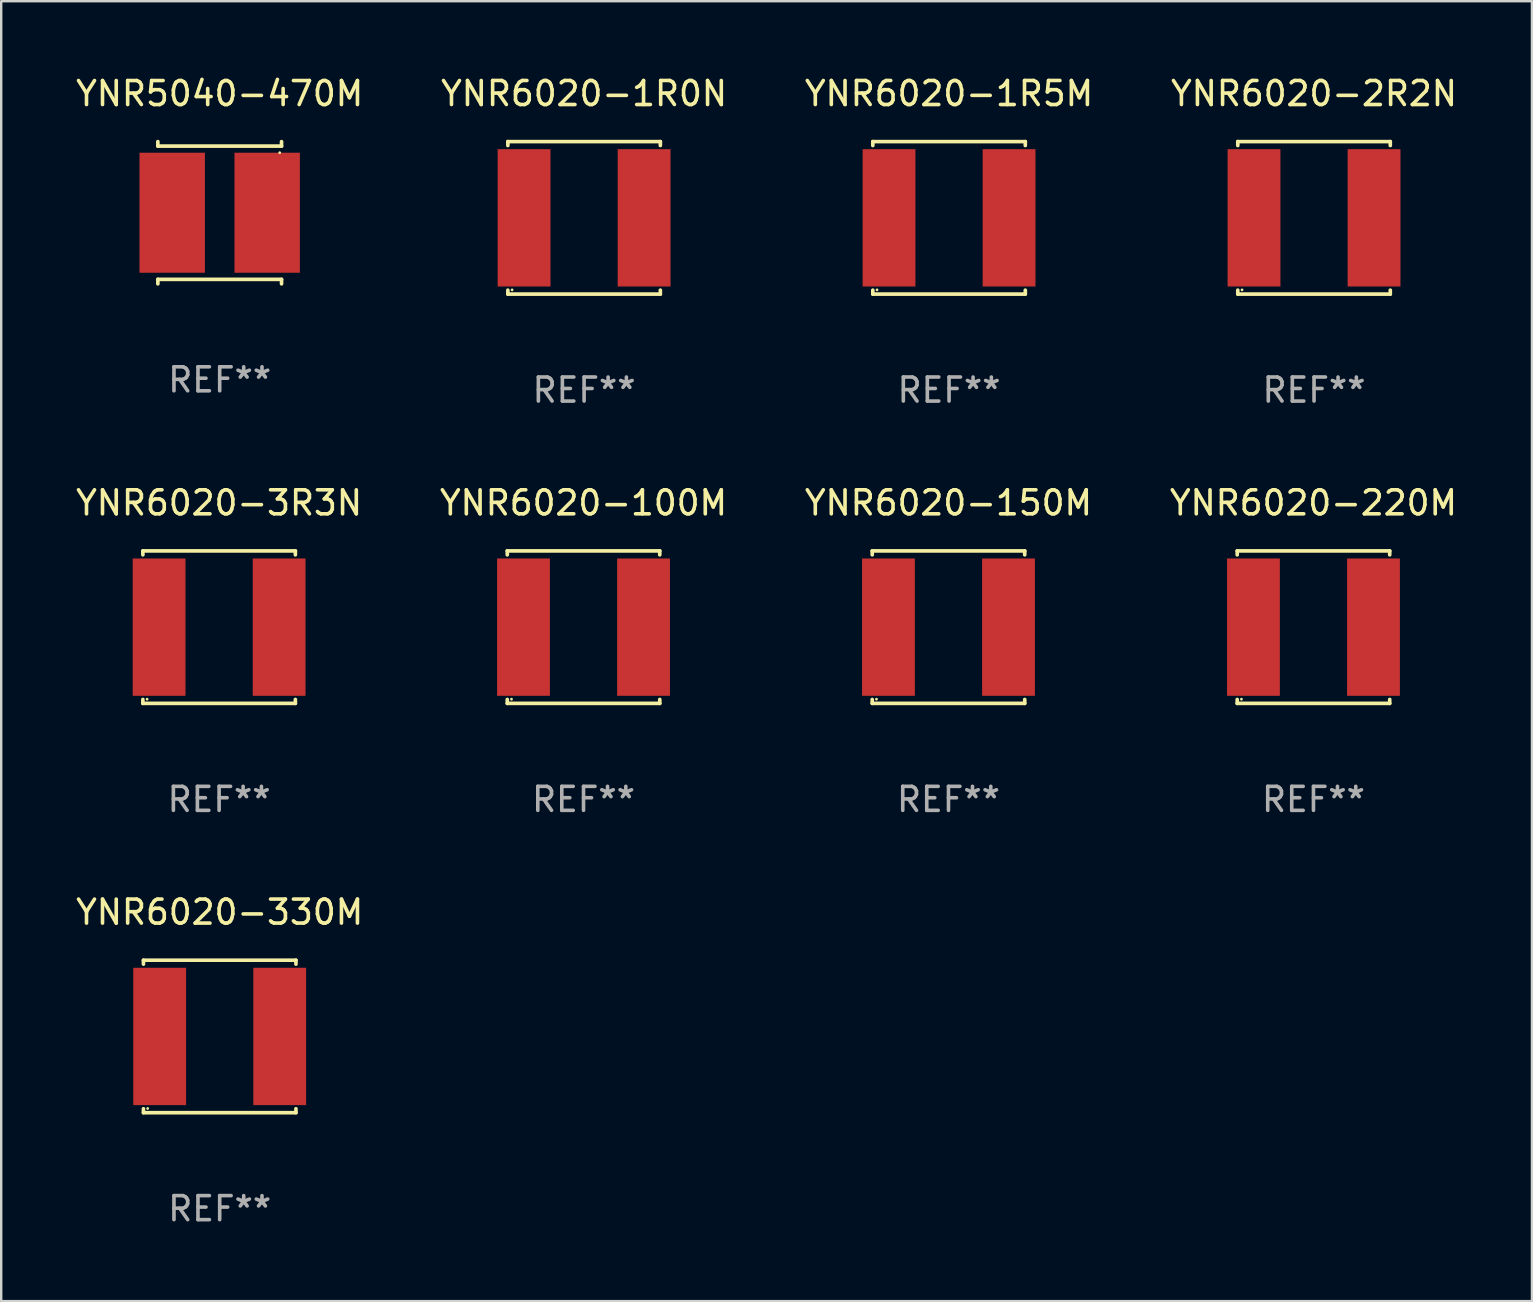
<source format=kicad_pcb>
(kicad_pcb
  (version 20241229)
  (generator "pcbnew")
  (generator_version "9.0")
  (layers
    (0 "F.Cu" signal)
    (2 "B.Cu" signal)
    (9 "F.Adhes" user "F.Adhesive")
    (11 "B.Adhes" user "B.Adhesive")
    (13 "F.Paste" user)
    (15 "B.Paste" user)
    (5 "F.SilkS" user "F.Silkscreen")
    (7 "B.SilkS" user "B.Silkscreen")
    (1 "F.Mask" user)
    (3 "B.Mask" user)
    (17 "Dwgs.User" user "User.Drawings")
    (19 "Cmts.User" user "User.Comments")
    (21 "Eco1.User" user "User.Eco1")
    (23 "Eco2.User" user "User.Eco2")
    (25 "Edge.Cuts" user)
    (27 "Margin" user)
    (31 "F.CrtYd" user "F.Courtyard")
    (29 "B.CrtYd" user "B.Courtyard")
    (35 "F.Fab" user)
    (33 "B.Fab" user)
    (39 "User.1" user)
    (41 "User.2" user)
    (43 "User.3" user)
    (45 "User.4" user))
  (footprint "YNR6020-3R3N"
    (layer "F.Cu")
    (at 6.077 23.073)
    (property "Reference" "YNR6020-3R3N" (at 0 -5.176 0) (layer "F.SilkS") (effects (font (size 1 1) (thickness 0.15))))
    (attr through_hole)
    (fp_line (start -3.176 -3.176) (end 3.176 -3.176) (stroke (width 0.152) (type solid)) (layer "F.SilkS"))
    (fp_line (start -3.176 -3.012) (end -3.176 -3.176) (stroke (width 0.152) (type solid)) (layer "F.SilkS"))
    (fp_line (start -3.176 3.012) (end -3.176 3.176) (stroke (width 0.152) (type solid)) (layer "F.SilkS"))
    (fp_line (start -3.176 3.176) (end 3.176 3.176) (stroke (width 0.152) (type solid)) (layer "F.SilkS"))
    (fp_line (start 3.176 -3.176) (end 3.176 -3.012) (stroke (width 0.152) (type solid)) (layer "F.SilkS"))
    (fp_line (start 3.176 3.176) (end 3.176 3.012) (stroke (width 0.152) (type solid)) (layer "F.SilkS"))
    (fp_circle (center -3 3) (end -2.97 3) (stroke (width 0.06) (type solid)) (fill no) (layer "F.SilkS"))
    (fp_text user "REF**" (at 0 7.176 0) (layer "F.Fab") (effects (font (size 1 1) (thickness 0.15))))
    (pad "1" smd rect (at -2.5 0) (size 2.2 5.72) (layers "F.Cu" "F.Mask" "F.Paste"))
    (pad "2" smd rect (at 2.5 0) (size 2.2 5.72) (layers "F.Cu" "F.Mask" "F.Paste")))
  (footprint "YNR6020-220M"
    (layer "F.Cu")
    (at 51.661 23.073)
    (property "Reference" "YNR6020-220M" (at 0 -5.176 0) (layer "F.SilkS") (effects (font (size 1 1) (thickness 0.15))))
    (attr through_hole)
    (fp_line (start -3.176 -3.176) (end 3.176 -3.176) (stroke (width 0.152) (type solid)) (layer "F.SilkS"))
    (fp_line (start -3.176 -3.012) (end -3.176 -3.176) (stroke (width 0.152) (type solid)) (layer "F.SilkS"))
    (fp_line (start -3.176 3.012) (end -3.176 3.176) (stroke (width 0.152) (type solid)) (layer "F.SilkS"))
    (fp_line (start -3.176 3.176) (end 3.176 3.176) (stroke (width 0.152) (type solid)) (layer "F.SilkS"))
    (fp_line (start 3.176 -3.176) (end 3.176 -3.012) (stroke (width 0.152) (type solid)) (layer "F.SilkS"))
    (fp_line (start 3.176 3.176) (end 3.176 3.012) (stroke (width 0.152) (type solid)) (layer "F.SilkS"))
    (fp_circle (center -3 3) (end -2.97 3) (stroke (width 0.06) (type solid)) (fill no) (layer "F.SilkS"))
    (fp_text user "REF**" (at 0 7.176 0) (layer "F.Fab") (effects (font (size 1 1) (thickness 0.15))))
    (pad "1" smd rect (at -2.5 0) (size 2.2 5.72) (layers "F.Cu" "F.Mask" "F.Paste"))
    (pad "2" smd rect (at 2.5 0) (size 2.2 5.72) (layers "F.Cu" "F.Mask" "F.Paste")))
  (footprint "YNR6020-150M"
    (layer "F.Cu")
    (at 36.458 23.073)
    (property "Reference" "YNR6020-150M" (at 0 -5.176 0) (layer "F.SilkS") (effects (font (size 1 1) (thickness 0.15))))
    (attr through_hole)
    (fp_line (start -3.176 -3.176) (end 3.176 -3.176) (stroke (width 0.152) (type solid)) (layer "F.SilkS"))
    (fp_line (start -3.176 -3.012) (end -3.176 -3.176) (stroke (width 0.152) (type solid)) (layer "F.SilkS"))
    (fp_line (start -3.176 3.012) (end -3.176 3.176) (stroke (width 0.152) (type solid)) (layer "F.SilkS"))
    (fp_line (start -3.176 3.176) (end 3.176 3.176) (stroke (width 0.152) (type solid)) (layer "F.SilkS"))
    (fp_line (start 3.176 -3.176) (end 3.176 -3.012) (stroke (width 0.152) (type solid)) (layer "F.SilkS"))
    (fp_line (start 3.176 3.176) (end 3.176 3.012) (stroke (width 0.152) (type solid)) (layer "F.SilkS"))
    (fp_circle (center -3 3) (end -2.97 3) (stroke (width 0.06) (type solid)) (fill no) (layer "F.SilkS"))
    (fp_text user "REF**" (at 0 7.176 0) (layer "F.Fab") (effects (font (size 1 1) (thickness 0.15))))
    (pad "1" smd rect (at -2.5 0) (size 2.2 5.72) (layers "F.Cu" "F.Mask" "F.Paste"))
    (pad "2" smd rect (at 2.5 0) (size 2.2 5.72) (layers "F.Cu" "F.Mask" "F.Paste")))
  (footprint "YNR6020-100M"
    (layer "F.Cu")
    (at 21.256 23.073)
    (property "Reference" "YNR6020-100M" (at 0 -5.176 0) (layer "F.SilkS") (effects (font (size 1 1) (thickness 0.15))))
    (attr through_hole)
    (fp_line (start -3.176 -3.176) (end 3.176 -3.176) (stroke (width 0.152) (type solid)) (layer "F.SilkS"))
    (fp_line (start -3.176 -3.012) (end -3.176 -3.176) (stroke (width 0.152) (type solid)) (layer "F.SilkS"))
    (fp_line (start -3.176 3.012) (end -3.176 3.176) (stroke (width 0.152) (type solid)) (layer "F.SilkS"))
    (fp_line (start -3.176 3.176) (end 3.176 3.176) (stroke (width 0.152) (type solid)) (layer "F.SilkS"))
    (fp_line (start 3.176 -3.176) (end 3.176 -3.012) (stroke (width 0.152) (type solid)) (layer "F.SilkS"))
    (fp_line (start 3.176 3.176) (end 3.176 3.012) (stroke (width 0.152) (type solid)) (layer "F.SilkS"))
    (fp_circle (center -3 3) (end -2.97 3) (stroke (width 0.06) (type solid)) (fill no) (layer "F.SilkS"))
    (fp_text user "REF**" (at 0 7.176 0) (layer "F.Fab") (effects (font (size 1 1) (thickness 0.15))))
    (pad "1" smd rect (at -2.5 0) (size 2.2 5.72) (layers "F.Cu" "F.Mask" "F.Paste"))
    (pad "2" smd rect (at 2.5 0) (size 2.2 5.72) (layers "F.Cu" "F.Mask" "F.Paste")))
  (footprint "YNR6020-1R0N"
    (layer "F.Cu")
    (at 21.28 6.024)
    (property "Reference" "YNR6020-1R0N" (at 0 -5.176 0) (layer "F.SilkS") (effects (font (size 1 1) (thickness 0.15))))
    (attr through_hole)
    (fp_line (start -3.176 -3.176) (end 3.176 -3.176) (stroke (width 0.152) (type solid)) (layer "F.SilkS"))
    (fp_line (start -3.176 -3.012) (end -3.176 -3.176) (stroke (width 0.152) (type solid)) (layer "F.SilkS"))
    (fp_line (start -3.176 3.012) (end -3.176 3.176) (stroke (width 0.152) (type solid)) (layer "F.SilkS"))
    (fp_line (start -3.176 3.176) (end 3.176 3.176) (stroke (width 0.152) (type solid)) (layer "F.SilkS"))
    (fp_line (start 3.176 -3.176) (end 3.176 -3.012) (stroke (width 0.152) (type solid)) (layer "F.SilkS"))
    (fp_line (start 3.176 3.176) (end 3.176 3.012) (stroke (width 0.152) (type solid)) (layer "F.SilkS"))
    (fp_circle (center -3 3) (end -2.97 3) (stroke (width 0.06) (type solid)) (fill no) (layer "F.SilkS"))
    (fp_text user "REF**" (at 0 7.176 0) (layer "F.Fab") (effects (font (size 1 1) (thickness 0.15))))
    (pad "1" smd rect (at -2.5 0) (size 2.2 5.72) (layers "F.Cu" "F.Mask" "F.Paste"))
    (pad "2" smd rect (at 2.5 0) (size 2.2 5.72) (layers "F.Cu" "F.Mask" "F.Paste")))
  (footprint "YNR6020-330M"
    (layer "F.Cu")
    (at 6.101 40.122)
    (property "Reference" "YNR6020-330M" (at 0 -5.176 0) (layer "F.SilkS") (effects (font (size 1 1) (thickness 0.15))))
    (attr through_hole)
    (fp_line (start -3.176 -3.176) (end 3.176 -3.176) (stroke (width 0.152) (type solid)) (layer "F.SilkS"))
    (fp_line (start -3.176 -3.012) (end -3.176 -3.176) (stroke (width 0.152) (type solid)) (layer "F.SilkS"))
    (fp_line (start -3.176 3.012) (end -3.176 3.176) (stroke (width 0.152) (type solid)) (layer "F.SilkS"))
    (fp_line (start -3.176 3.176) (end 3.176 3.176) (stroke (width 0.152) (type solid)) (layer "F.SilkS"))
    (fp_line (start 3.176 -3.176) (end 3.176 -3.012) (stroke (width 0.152) (type solid)) (layer "F.SilkS"))
    (fp_line (start 3.176 3.176) (end 3.176 3.012) (stroke (width 0.152) (type solid)) (layer "F.SilkS"))
    (fp_circle (center -3 3) (end -2.97 3) (stroke (width 0.06) (type solid)) (fill no) (layer "F.SilkS"))
    (fp_text user "REF**" (at 0 7.176 0) (layer "F.Fab") (effects (font (size 1 1) (thickness 0.15))))
    (pad "1" smd rect (at -2.5 0) (size 2.2 5.72) (layers "F.Cu" "F.Mask" "F.Paste"))
    (pad "2" smd rect (at 2.5 0) (size 2.2 5.72) (layers "F.Cu" "F.Mask" "F.Paste")))
  (footprint "YNR6020-2R2N"
    (layer "F.Cu")
    (at 51.685 6.024)
    (property "Reference" "YNR6020-2R2N" (at 0 -5.176 0) (layer "F.SilkS") (effects (font (size 1 1) (thickness 0.15))))
    (attr through_hole)
    (fp_line (start -3.176 -3.176) (end 3.176 -3.176) (stroke (width 0.152) (type solid)) (layer "F.SilkS"))
    (fp_line (start -3.176 -3.012) (end -3.176 -3.176) (stroke (width 0.152) (type solid)) (layer "F.SilkS"))
    (fp_line (start -3.176 3.012) (end -3.176 3.176) (stroke (width 0.152) (type solid)) (layer "F.SilkS"))
    (fp_line (start -3.176 3.176) (end 3.176 3.176) (stroke (width 0.152) (type solid)) (layer "F.SilkS"))
    (fp_line (start 3.176 -3.176) (end 3.176 -3.012) (stroke (width 0.152) (type solid)) (layer "F.SilkS"))
    (fp_line (start 3.176 3.176) (end 3.176 3.012) (stroke (width 0.152) (type solid)) (layer "F.SilkS"))
    (fp_circle (center -3 3) (end -2.97 3) (stroke (width 0.06) (type solid)) (fill no) (layer "F.SilkS"))
    (fp_text user "REF**" (at 0 7.176 0) (layer "F.Fab") (effects (font (size 1 1) (thickness 0.15))))
    (pad "1" smd rect (at -2.5 0) (size 2.2 5.72) (layers "F.Cu" "F.Mask" "F.Paste"))
    (pad "2" smd rect (at 2.5 0) (size 2.2 5.72) (layers "F.Cu" "F.Mask" "F.Paste")))
  (footprint "YNR5040-470M"
    (layer "F.Cu")
    (at 6.101 5.811)
    (property "Reference" "YNR5040-470M" (at 0 -4.962 0) (layer "F.SilkS") (effects (font (size 1 1) (thickness 0.15))))
    (attr through_hole)
    (fp_line (start -2.576 -2.962) (end -2.576 -2.776) (stroke (width 0.152) (type solid)) (layer "F.SilkS"))
    (fp_line (start -2.576 -2.776) (end 2.576 -2.776) (stroke (width 0.152) (type solid)) (layer "F.SilkS"))
    (fp_line (start -2.576 2.776) (end 2.576 2.776) (stroke (width 0.152) (type solid)) (layer "F.SilkS"))
    (fp_line (start -2.576 2.962) (end -2.576 2.776) (stroke (width 0.152) (type solid)) (layer "F.SilkS"))
    (fp_line (start 2.576 -2.776) (end 2.576 -2.962) (stroke (width 0.152) (type solid)) (layer "F.SilkS"))
    (fp_line (start 2.576 2.776) (end 2.576 2.962) (stroke (width 0.152) (type solid)) (layer "F.SilkS"))
    (fp_circle (center 2.5 -2.5) (end 2.53 -2.5) (stroke (width 0.06) (type solid)) (fill no) (layer "F.SilkS"))
    (fp_text user "REF**" (at 0 6.962 0) (layer "F.Fab") (effects (font (size 1 1) (thickness 0.15))))
    (pad "1" smd rect (at 1.978 0) (size 2.724 5) (layers "F.Cu" "F.Mask" "F.Paste"))
    (pad "2" smd rect (at -1.978 0) (size 2.724 5) (layers "F.Cu" "F.Mask" "F.Paste")))
  (footprint "YNR6020-1R5M"
    (layer "F.Cu")
    (at 36.482 6.024)
    (property "Reference" "YNR6020-1R5M" (at 0 -5.176 0) (layer "F.SilkS") (effects (font (size 1 1) (thickness 0.15))))
    (attr through_hole)
    (fp_line (start -3.176 -3.176) (end 3.176 -3.176) (stroke (width 0.152) (type solid)) (layer "F.SilkS"))
    (fp_line (start -3.176 -3.012) (end -3.176 -3.176) (stroke (width 0.152) (type solid)) (layer "F.SilkS"))
    (fp_line (start -3.176 3.012) (end -3.176 3.176) (stroke (width 0.152) (type solid)) (layer "F.SilkS"))
    (fp_line (start -3.176 3.176) (end 3.176 3.176) (stroke (width 0.152) (type solid)) (layer "F.SilkS"))
    (fp_line (start 3.176 -3.176) (end 3.176 -3.012) (stroke (width 0.152) (type solid)) (layer "F.SilkS"))
    (fp_line (start 3.176 3.176) (end 3.176 3.012) (stroke (width 0.152) (type solid)) (layer "F.SilkS"))
    (fp_circle (center -3 3) (end -2.97 3) (stroke (width 0.06) (type solid)) (fill no) (layer "F.SilkS"))
    (fp_text user "REF**" (at 0 7.176 0) (layer "F.Fab") (effects (font (size 1 1) (thickness 0.15))))
    (pad "1" smd rect (at -2.5 0) (size 2.2 5.72) (layers "F.Cu" "F.Mask" "F.Paste"))
    (pad "2" smd rect (at 2.5 0) (size 2.2 5.72) (layers "F.Cu" "F.Mask" "F.Paste")))
  (gr_rect
    (start -3 -3)
    (end 60.762 51.147)
    (stroke (width 0.1) (type default))
    (fill no)
    (layer "Edge.Cuts")))
</source>
